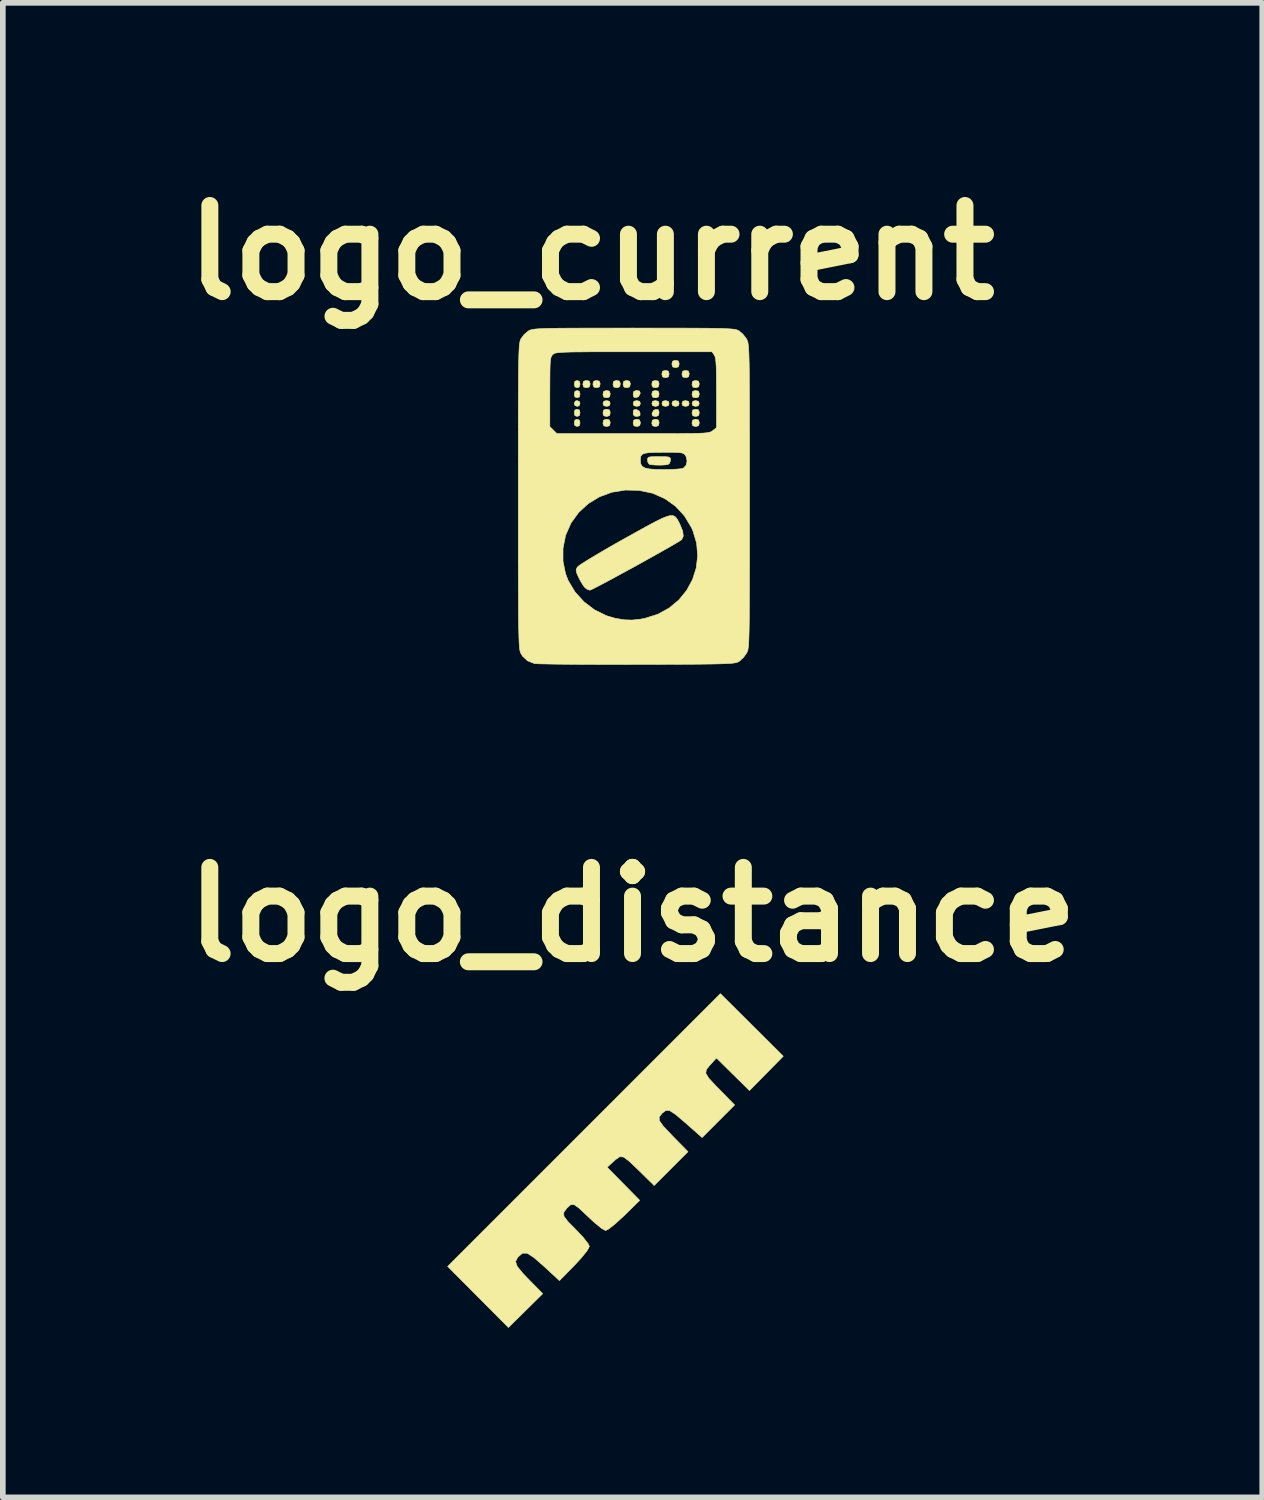
<source format=kicad_pcb>
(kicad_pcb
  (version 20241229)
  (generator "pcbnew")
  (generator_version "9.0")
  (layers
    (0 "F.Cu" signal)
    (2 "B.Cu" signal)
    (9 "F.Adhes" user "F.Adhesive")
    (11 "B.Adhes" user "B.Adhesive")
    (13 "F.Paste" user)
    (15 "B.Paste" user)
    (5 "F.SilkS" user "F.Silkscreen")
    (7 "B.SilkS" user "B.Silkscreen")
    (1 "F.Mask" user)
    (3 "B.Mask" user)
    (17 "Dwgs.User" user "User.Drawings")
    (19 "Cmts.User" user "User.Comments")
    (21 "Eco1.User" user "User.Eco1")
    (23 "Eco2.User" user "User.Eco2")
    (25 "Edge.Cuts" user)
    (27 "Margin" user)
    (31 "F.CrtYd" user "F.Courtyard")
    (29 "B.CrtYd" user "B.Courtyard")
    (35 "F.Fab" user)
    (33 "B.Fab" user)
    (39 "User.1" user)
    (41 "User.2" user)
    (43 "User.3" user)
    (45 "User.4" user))
  (footprint "logo_current"
    (layer "F.Cu")
    (at 8.172 5.736)
    (property "Reference" "logo_current" (at -0.762 -4.318 0) (layer "F.SilkS") (effects (font (size 1.524 1.524) (thickness 0.3))))
    (attr through_hole)
    (fp_poly (pts (xy -0.976 -2.043) (xy -0.965 -1.994) (xy -0.977 -1.944) (xy -1.016 -1.93) (xy -1.056 -1.945) (xy -1.067 -1.994) (xy -1.055 -2.044) (xy -1.016 -2.057) (xy -0.976 -2.043)) (stroke (width 0.01) (type solid)) (fill yes) (layer "F.SilkS"))
    (fp_poly (pts (xy -0.976 -1.865) (xy -0.965 -1.816) (xy -0.977 -1.766) (xy -1.016 -1.753) (xy -1.056 -1.767) (xy -1.067 -1.816) (xy -1.055 -1.866) (xy -1.016 -1.88) (xy -0.976 -1.865)) (stroke (width 0.01) (type solid)) (fill yes) (layer "F.SilkS"))
    (fp_poly (pts (xy -0.976 -1.535) (xy -0.965 -1.486) (xy -0.977 -1.436) (xy -1.016 -1.422) (xy -1.056 -1.437) (xy -1.067 -1.486) (xy -1.055 -1.536) (xy -1.016 -1.549) (xy -0.976 -1.535)) (stroke (width 0.01) (type solid)) (fill yes) (layer "F.SilkS"))
    (fp_poly (pts (xy -0.976 -1.357) (xy -0.965 -1.308) (xy -0.977 -1.258) (xy -1.016 -1.245) (xy -1.056 -1.259) (xy -1.067 -1.308) (xy -1.055 -1.358) (xy -1.016 -1.372) (xy -0.976 -1.357)) (stroke (width 0.01) (type solid)) (fill yes) (layer "F.SilkS"))
    (fp_poly (pts (xy -0.974 -1.684) (xy -0.965 -1.651) (xy -0.983 -1.609) (xy -1.016 -1.6) (xy -1.058 -1.618) (xy -1.067 -1.651) (xy -1.049 -1.693) (xy -1.016 -1.702) (xy -0.974 -1.684)) (stroke (width 0.01) (type solid)) (fill yes) (layer "F.SilkS"))
    (fp_poly (pts (xy -0.446 -1.69) (xy -0.432 -1.651) (xy -0.447 -1.611) (xy -0.495 -1.6) (xy -0.545 -1.612) (xy -0.559 -1.651) (xy -0.544 -1.691) (xy -0.495 -1.702) (xy -0.446 -1.69)) (stroke (width 0.01) (type solid)) (fill yes) (layer "F.SilkS"))
    (fp_poly (pts (xy 0.088 -1.69) (xy 0.102 -1.651) (xy 0.087 -1.611) (xy 0.038 -1.6) (xy -0.012 -1.612) (xy -0.025 -1.651) (xy -0.011 -1.691) (xy 0.038 -1.702) (xy 0.088 -1.69)) (stroke (width 0.01) (type solid)) (fill yes) (layer "F.SilkS"))
    (fp_poly (pts (xy 0.418 -1.69) (xy 0.432 -1.651) (xy 0.417 -1.611) (xy 0.368 -1.6) (xy 0.319 -1.612) (xy 0.305 -1.651) (xy 0.32 -1.691) (xy 0.368 -1.702) (xy 0.418 -1.69)) (stroke (width 0.01) (type solid)) (fill yes) (layer "F.SilkS"))
    (fp_poly (pts (xy 0.596 -1.69) (xy 0.61 -1.651) (xy 0.595 -1.611) (xy 0.546 -1.6) (xy 0.496 -1.612) (xy 0.483 -1.651) (xy 0.497 -1.691) (xy 0.546 -1.702) (xy 0.596 -1.69)) (stroke (width 0.01) (type solid)) (fill yes) (layer "F.SilkS"))
    (fp_poly (pts (xy 0.774 -1.69) (xy 0.787 -1.651) (xy 0.773 -1.611) (xy 0.724 -1.6) (xy 0.674 -1.612) (xy 0.66 -1.651) (xy 0.675 -1.691) (xy 0.724 -1.702) (xy 0.774 -1.69)) (stroke (width 0.01) (type solid)) (fill yes) (layer "F.SilkS"))
    (fp_poly (pts (xy 0.951 -1.69) (xy 0.965 -1.651) (xy 0.95 -1.611) (xy 0.902 -1.6) (xy 0.852 -1.612) (xy 0.838 -1.651) (xy 0.853 -1.691) (xy 0.902 -1.702) (xy 0.951 -1.69)) (stroke (width 0.01) (type solid)) (fill yes) (layer "F.SilkS"))
    (fp_poly (pts (xy 1.129 -1.69) (xy 1.143 -1.651) (xy 1.128 -1.611) (xy 1.079 -1.6) (xy 1.03 -1.612) (xy 1.016 -1.651) (xy 1.031 -1.691) (xy 1.079 -1.702) (xy 1.129 -1.69)) (stroke (width 0.01) (type solid)) (fill yes) (layer "F.SilkS"))
    (fp_poly (pts (xy 0.032 -1.545) (xy 0.083 -1.516) (xy 0.097 -1.48) (xy 0.094 -1.437) (xy 0.057 -1.423) (xy 0.04 -1.422) (xy -0.009 -1.432) (xy -0.025 -1.472) (xy -0.025 -1.488) (xy -0.017 -1.535) (xy 0.016 -1.546) (xy 0.032 -1.545)) (stroke (width 0.01) (type solid)) (fill yes) (layer "F.SilkS"))
    (fp_poly (pts (xy 0.087 -1.871) (xy 0.099 -1.838) (xy 0.097 -1.822) (xy 0.068 -1.771) (xy 0.032 -1.757) (xy -0.011 -1.761) (xy -0.025 -1.797) (xy -0.025 -1.814) (xy -0.016 -1.863) (xy 0.024 -1.879) (xy 0.04 -1.88) (xy 0.087 -1.871)) (stroke (width 0.01) (type solid)) (fill yes) (layer "F.SilkS"))
    (fp_poly (pts (xy 0.417 -1.541) (xy 0.431 -1.505) (xy 0.432 -1.488) (xy 0.422 -1.439) (xy 0.383 -1.423) (xy 0.367 -1.422) (xy 0.319 -1.431) (xy 0.308 -1.464) (xy 0.309 -1.48) (xy 0.338 -1.531) (xy 0.375 -1.545) (xy 0.417 -1.541)) (stroke (width 0.01) (type solid)) (fill yes) (layer "F.SilkS"))
    (fp_poly (pts (xy -0.803 -2.047) (xy -0.788 -2.006) (xy -0.787 -1.994) (xy -0.798 -1.946) (xy -0.839 -1.931) (xy -0.851 -1.93) (xy -0.899 -1.941) (xy -0.914 -1.982) (xy -0.914 -1.994) (xy -0.904 -2.042) (xy -0.863 -2.057) (xy -0.851 -2.057) (xy -0.803 -2.047)) (stroke (width 0.01) (type solid)) (fill yes) (layer "F.SilkS"))
    (fp_poly (pts (xy -0.625 -2.047) (xy -0.61 -2.006) (xy -0.61 -1.994) (xy -0.62 -1.946) (xy -0.661 -1.931) (xy -0.673 -1.93) (xy -0.721 -1.941) (xy -0.736 -1.982) (xy -0.737 -1.994) (xy -0.726 -2.042) (xy -0.685 -2.057) (xy -0.673 -2.057) (xy -0.625 -2.047)) (stroke (width 0.01) (type solid)) (fill yes) (layer "F.SilkS"))
    (fp_poly (pts (xy -0.447 -1.869) (xy -0.432 -1.828) (xy -0.432 -1.816) (xy -0.442 -1.768) (xy -0.484 -1.753) (xy -0.495 -1.753) (xy -0.544 -1.763) (xy -0.559 -1.804) (xy -0.559 -1.816) (xy -0.548 -1.864) (xy -0.507 -1.879) (xy -0.495 -1.88) (xy -0.447 -1.869)) (stroke (width 0.01) (type solid)) (fill yes) (layer "F.SilkS"))
    (fp_poly (pts (xy -0.447 -1.539) (xy -0.432 -1.498) (xy -0.432 -1.486) (xy -0.442 -1.438) (xy -0.484 -1.423) (xy -0.495 -1.422) (xy -0.544 -1.433) (xy -0.559 -1.474) (xy -0.559 -1.486) (xy -0.548 -1.534) (xy -0.507 -1.549) (xy -0.495 -1.549) (xy -0.447 -1.539)) (stroke (width 0.01) (type solid)) (fill yes) (layer "F.SilkS"))
    (fp_poly (pts (xy -0.447 -1.361) (xy -0.432 -1.32) (xy -0.432 -1.308) (xy -0.442 -1.26) (xy -0.484 -1.245) (xy -0.495 -1.245) (xy -0.544 -1.255) (xy -0.559 -1.296) (xy -0.559 -1.308) (xy -0.548 -1.356) (xy -0.507 -1.371) (xy -0.495 -1.372) (xy -0.447 -1.361)) (stroke (width 0.01) (type solid)) (fill yes) (layer "F.SilkS"))
    (fp_poly (pts (xy -0.269 -2.047) (xy -0.254 -2.006) (xy -0.254 -1.994) (xy -0.264 -1.946) (xy -0.306 -1.931) (xy -0.318 -1.93) (xy -0.366 -1.941) (xy -0.381 -1.982) (xy -0.381 -1.994) (xy -0.371 -2.042) (xy -0.329 -2.057) (xy -0.318 -2.057) (xy -0.269 -2.047)) (stroke (width 0.01) (type solid)) (fill yes) (layer "F.SilkS"))
    (fp_poly (pts (xy -0.091 -2.047) (xy -0.076 -2.006) (xy -0.076 -1.994) (xy -0.087 -1.946) (xy -0.128 -1.931) (xy -0.14 -1.93) (xy -0.188 -1.941) (xy -0.203 -1.982) (xy -0.203 -1.994) (xy -0.193 -2.042) (xy -0.151 -2.057) (xy -0.14 -2.057) (xy -0.091 -2.047)) (stroke (width 0.01) (type solid)) (fill yes) (layer "F.SilkS"))
    (fp_poly (pts (xy 0.086 -1.361) (xy 0.101 -1.32) (xy 0.102 -1.308) (xy 0.091 -1.26) (xy 0.05 -1.245) (xy 0.038 -1.245) (xy -0.01 -1.255) (xy -0.025 -1.296) (xy -0.025 -1.308) (xy -0.015 -1.356) (xy 0.026 -1.371) (xy 0.038 -1.372) (xy 0.086 -1.361)) (stroke (width 0.01) (type solid)) (fill yes) (layer "F.SilkS"))
    (fp_poly (pts (xy 0.417 -2.047) (xy 0.432 -2.006) (xy 0.432 -1.994) (xy 0.421 -1.946) (xy 0.38 -1.931) (xy 0.368 -1.93) (xy 0.32 -1.941) (xy 0.305 -1.982) (xy 0.305 -1.994) (xy 0.315 -2.042) (xy 0.357 -2.057) (xy 0.368 -2.057) (xy 0.417 -2.047)) (stroke (width 0.01) (type solid)) (fill yes) (layer "F.SilkS"))
    (fp_poly (pts (xy 0.417 -1.869) (xy 0.432 -1.828) (xy 0.432 -1.816) (xy 0.421 -1.768) (xy 0.38 -1.753) (xy 0.368 -1.753) (xy 0.32 -1.763) (xy 0.305 -1.804) (xy 0.305 -1.816) (xy 0.315 -1.864) (xy 0.357 -1.879) (xy 0.368 -1.88) (xy 0.417 -1.869)) (stroke (width 0.01) (type solid)) (fill yes) (layer "F.SilkS"))
    (fp_poly (pts (xy 0.417 -1.361) (xy 0.432 -1.32) (xy 0.432 -1.308) (xy 0.421 -1.26) (xy 0.38 -1.245) (xy 0.368 -1.245) (xy 0.32 -1.255) (xy 0.305 -1.296) (xy 0.305 -1.308) (xy 0.315 -1.356) (xy 0.357 -1.371) (xy 0.368 -1.372) (xy 0.417 -1.361)) (stroke (width 0.01) (type solid)) (fill yes) (layer "F.SilkS"))
    (fp_poly (pts (xy 0.594 -2.225) (xy 0.609 -2.183) (xy 0.61 -2.172) (xy 0.599 -2.123) (xy 0.558 -2.108) (xy 0.546 -2.108) (xy 0.498 -2.119) (xy 0.483 -2.16) (xy 0.483 -2.172) (xy 0.493 -2.22) (xy 0.534 -2.235) (xy 0.546 -2.235) (xy 0.594 -2.225)) (stroke (width 0.01) (type solid)) (fill yes) (layer "F.SilkS"))
    (fp_poly (pts (xy 0.772 -2.403) (xy 0.787 -2.361) (xy 0.787 -2.349) (xy 0.777 -2.301) (xy 0.736 -2.286) (xy 0.724 -2.286) (xy 0.676 -2.296) (xy 0.661 -2.338) (xy 0.66 -2.349) (xy 0.671 -2.398) (xy 0.712 -2.413) (xy 0.724 -2.413) (xy 0.772 -2.403)) (stroke (width 0.01) (type solid)) (fill yes) (layer "F.SilkS"))
    (fp_poly (pts (xy 0.95 -2.225) (xy 0.965 -2.183) (xy 0.965 -2.172) (xy 0.955 -2.123) (xy 0.913 -2.108) (xy 0.902 -2.108) (xy 0.853 -2.119) (xy 0.838 -2.16) (xy 0.838 -2.172) (xy 0.849 -2.22) (xy 0.89 -2.235) (xy 0.902 -2.235) (xy 0.95 -2.225)) (stroke (width 0.01) (type solid)) (fill yes) (layer "F.SilkS"))
    (fp_poly (pts (xy 1.128 -2.047) (xy 1.143 -2.006) (xy 1.143 -1.994) (xy 1.133 -1.946) (xy 1.091 -1.931) (xy 1.079 -1.93) (xy 1.031 -1.941) (xy 1.016 -1.982) (xy 1.016 -1.994) (xy 1.026 -2.042) (xy 1.068 -2.057) (xy 1.079 -2.057) (xy 1.128 -2.047)) (stroke (width 0.01) (type solid)) (fill yes) (layer "F.SilkS"))
    (fp_poly (pts (xy 1.128 -1.869) (xy 1.143 -1.828) (xy 1.143 -1.816) (xy 1.133 -1.768) (xy 1.091 -1.753) (xy 1.079 -1.753) (xy 1.031 -1.763) (xy 1.016 -1.804) (xy 1.016 -1.816) (xy 1.026 -1.864) (xy 1.068 -1.879) (xy 1.079 -1.88) (xy 1.128 -1.869)) (stroke (width 0.01) (type solid)) (fill yes) (layer "F.SilkS"))
    (fp_poly (pts (xy 1.128 -1.539) (xy 1.143 -1.498) (xy 1.143 -1.486) (xy 1.133 -1.438) (xy 1.091 -1.423) (xy 1.079 -1.422) (xy 1.031 -1.433) (xy 1.016 -1.474) (xy 1.016 -1.486) (xy 1.026 -1.534) (xy 1.068 -1.549) (xy 1.079 -1.549) (xy 1.128 -1.539)) (stroke (width 0.01) (type solid)) (fill yes) (layer "F.SilkS"))
    (fp_poly (pts (xy 1.128 -1.361) (xy 1.143 -1.32) (xy 1.143 -1.308) (xy 1.133 -1.26) (xy 1.091 -1.245) (xy 1.079 -1.245) (xy 1.031 -1.255) (xy 1.016 -1.296) (xy 1.016 -1.308) (xy 1.026 -1.356) (xy 1.068 -1.371) (xy 1.079 -1.372) (xy 1.128 -1.361)) (stroke (width 0.01) (type solid)) (fill yes) (layer "F.SilkS"))
    (fp_poly (pts (xy 0.533 -0.71) (xy 0.593 -0.706) (xy 0.623 -0.695) (xy 0.634 -0.674) (xy 0.635 -0.65) (xy 0.62 -0.597) (xy 0.595 -0.574) (xy 0.544 -0.565) (xy 0.463 -0.561) (xy 0.375 -0.562) (xy 0.298 -0.568) (xy 0.26 -0.576) (xy 0.236 -0.608) (xy 0.229 -0.65) (xy 0.231 -0.68) (xy 0.245 -0.699) (xy 0.281 -0.708) (xy 0.35 -0.711) (xy 0.432 -0.711) (xy 0.533 -0.71)) (stroke (width 0.01) (type solid)) (fill yes) (layer "F.SilkS"))
    (fp_poly (pts (xy 0.711 0.346) (xy 0.74 0.375) (xy 0.767 0.418) (xy 0.795 0.472) (xy 0.799 0.481) (xy 0.85 0.604) (xy 0.861 0.696) (xy 0.833 0.756) (xy 0.829 0.759) (xy 0.792 0.784) (xy 0.717 0.829) (xy 0.612 0.89) (xy 0.483 0.963) (xy 0.335 1.046) (xy 0.176 1.135) (xy 0.01 1.227) (xy -0.155 1.317) (xy -0.314 1.403) (xy -0.459 1.482) (xy -0.586 1.549) (xy -0.688 1.602) (xy -0.758 1.637) (xy -0.791 1.651) (xy -0.792 1.651) (xy -0.842 1.633) (xy -0.884 1.6) (xy -0.922 1.547) (xy -0.967 1.47) (xy -0.99 1.423) (xy -1.023 1.349) (xy -1.034 1.302) (xy -1.026 1.266) (xy -1.01 1.24) (xy -0.979 1.214) (xy -0.909 1.167) (xy -0.804 1.102) (xy -0.671 1.022) (xy -0.515 0.93) (xy -0.341 0.83) (xy -0.184 0.742) (xy 0.035 0.62) (xy 0.214 0.521) (xy 0.358 0.444) (xy 0.472 0.387) (xy 0.559 0.351) (xy 0.625 0.332) (xy 0.674 0.331) (xy 0.711 0.346)) (stroke (width 0.01) (type solid)) (fill yes) (layer "F.SilkS"))
    (fp_poly (pts (xy 0.331 -2.984) (xy 0.628 -2.984) (xy 0.882 -2.984) (xy 1.095 -2.983) (xy 1.273 -2.982) (xy 1.418 -2.98) (xy 1.534 -2.978) (xy 1.625 -2.974) (xy 1.694 -2.97) (xy 1.746 -2.965) (xy 1.783 -2.96) (xy 1.81 -2.952) (xy 1.831 -2.944) (xy 1.845 -2.936) (xy 1.911 -2.881) (xy 1.97 -2.807) (xy 1.979 -2.793) (xy 1.987 -2.777) (xy 1.995 -2.76) (xy 2.001 -2.739) (xy 2.007 -2.711) (xy 2.012 -2.672) (xy 2.016 -2.621) (xy 2.02 -2.553) (xy 2.023 -2.466) (xy 2.026 -2.358) (xy 2.028 -2.224) (xy 2.029 -2.063) (xy 2.03 -1.871) (xy 2.031 -1.645) (xy 2.031 -1.382) (xy 2.032 -1.079) (xy 2.032 -0.734) (xy 2.032 -0.344) (xy 2.032 -0.013) (xy 2.032 0.415) (xy 2.032 0.794) (xy 2.032 1.129) (xy 2.031 1.422) (xy 2.031 1.676) (xy 2.03 1.894) (xy 2.029 2.078) (xy 2.027 2.233) (xy 2.025 2.36) (xy 2.022 2.463) (xy 2.019 2.545) (xy 2.016 2.609) (xy 2.011 2.657) (xy 2.006 2.693) (xy 2 2.719) (xy 1.993 2.739) (xy 1.985 2.756) (xy 1.979 2.767) (xy 1.924 2.841) (xy 1.858 2.902) (xy 1.845 2.911) (xy 1.828 2.92) (xy 1.807 2.928) (xy 1.778 2.935) (xy 1.737 2.941) (xy 1.682 2.946) (xy 1.608 2.95) (xy 1.512 2.953) (xy 1.39 2.956) (xy 1.237 2.958) (xy 1.052 2.96) (xy 0.828 2.961) (xy 0.564 2.962) (xy 0.255 2.963) (xy 0.038 2.963) (xy -0.256 2.964) (xy -0.536 2.964) (xy -0.799 2.963) (xy -1.039 2.962) (xy -1.253 2.96) (xy -1.437 2.958) (xy -1.584 2.955) (xy -1.692 2.953) (xy -1.756 2.949) (xy -1.771 2.948) (xy -1.896 2.898) (xy -1.983 2.815) (xy -2.016 2.76) (xy -2.022 2.743) (xy -2.028 2.719) (xy -2.033 2.685) (xy -2.038 2.638) (xy -2.042 2.575) (xy -2.045 2.495) (xy -2.048 2.392) (xy -2.051 2.266) (xy -2.053 2.112) (xy -2.054 1.928) (xy -2.055 1.711) (xy -2.056 1.458) (xy -2.057 1.166) (xy -2.057 0.912) (xy -1.266 0.912) (xy -1.266 1.139) (xy -1.222 1.357) (xy -1.174 1.481) (xy -1.054 1.681) (xy -0.896 1.856) (xy -0.709 1.998) (xy -0.5 2.101) (xy -0.349 2.146) (xy -0.188 2.174) (xy -0.045 2.179) (xy 0.104 2.163) (xy 0.185 2.147) (xy 0.411 2.076) (xy 0.611 1.966) (xy 0.782 1.824) (xy 0.921 1.654) (xy 1.024 1.464) (xy 1.09 1.258) (xy 1.115 1.041) (xy 1.097 0.82) (xy 1.031 0.601) (xy 1.006 0.544) (xy 0.881 0.336) (xy 0.722 0.164) (xy 0.532 0.03) (xy 0.318 -0.064) (xy 0.081 -0.114) (xy -0.165 -0.12) (xy -0.403 -0.081) (xy -0.624 0.000459) (xy -0.821 0.121) (xy -0.989 0.276) (xy -1.123 0.46) (xy -1.216 0.671) (xy -1.222 0.688) (xy -1.266 0.912) (xy -2.057 0.912) (xy -2.057 0.833) (xy -2.057 0.455) (xy -2.057 0.029) (xy -2.057 -0.017) (xy -2.057 -0.445) (xy -2.057 -0.644) (xy 0.102 -0.644) (xy 0.108 -0.583) (xy 0.134 -0.539) (xy 0.184 -0.51) (xy 0.266 -0.493) (xy 0.386 -0.484) (xy 0.515 -0.483) (xy 0.638 -0.485) (xy 0.745 -0.49) (xy 0.824 -0.498) (xy 0.862 -0.507) (xy 0.911 -0.559) (xy 0.928 -0.634) (xy 0.911 -0.711) (xy 0.902 -0.727) (xy 0.884 -0.751) (xy 0.862 -0.768) (xy 0.827 -0.778) (xy 0.769 -0.784) (xy 0.681 -0.787) (xy 0.553 -0.787) (xy 0.512 -0.787) (xy 0.359 -0.786) (xy 0.25 -0.781) (xy 0.176 -0.77) (xy 0.132 -0.75) (xy 0.11 -0.719) (xy 0.102 -0.673) (xy 0.102 -0.644) (xy -2.057 -0.644) (xy -2.057 -0.826) (xy -2.057 -1.162) (xy -2.057 -1.456) (xy -2.056 -1.71) (xy -2.055 -1.853) (xy -1.499 -1.853) (xy -1.499 -1.242) (xy -1.436 -1.18) (xy -1.374 -1.118) (xy -0.03 -1.118) (xy 0.266 -1.118) (xy 0.514 -1.118) (xy 0.721 -1.118) (xy 0.89 -1.12) (xy 1.024 -1.121) (xy 1.129 -1.124) (xy 1.209 -1.127) (xy 1.268 -1.132) (xy 1.309 -1.138) (xy 1.338 -1.146) (xy 1.359 -1.155) (xy 1.375 -1.166) (xy 1.381 -1.17) (xy 1.448 -1.223) (xy 1.448 -1.838) (xy 1.447 -2.036) (xy 1.446 -2.19) (xy 1.443 -2.306) (xy 1.437 -2.39) (xy 1.43 -2.448) (xy 1.42 -2.486) (xy 1.408 -2.509) (xy 1.369 -2.565) (xy -0.014 -2.565) (xy -0.314 -2.565) (xy -0.568 -2.565) (xy -0.779 -2.565) (xy -0.951 -2.563) (xy -1.089 -2.562) (xy -1.197 -2.559) (xy -1.279 -2.556) (xy -1.339 -2.551) (xy -1.381 -2.546) (xy -1.41 -2.539) (xy -1.429 -2.53) (xy -1.442 -2.52) (xy -1.448 -2.515) (xy -1.464 -2.496) (xy -1.476 -2.472) (xy -1.485 -2.436) (xy -1.491 -2.382) (xy -1.495 -2.303) (xy -1.497 -2.192) (xy -1.498 -2.043) (xy -1.499 -1.853) (xy -2.055 -1.853) (xy -2.055 -1.929) (xy -2.054 -2.115) (xy -2.052 -2.27) (xy -2.05 -2.398) (xy -2.047 -2.502) (xy -2.044 -2.584) (xy -2.04 -2.648) (xy -2.036 -2.696) (xy -2.03 -2.732) (xy -2.025 -2.759) (xy -2.018 -2.778) (xy -2.01 -2.794) (xy -2.01 -2.794) (xy -1.955 -2.869) (xy -1.883 -2.93) (xy -1.877 -2.934) (xy -1.859 -2.944) (xy -1.838 -2.952) (xy -1.812 -2.959) (xy -1.775 -2.965) (xy -1.725 -2.97) (xy -1.657 -2.974) (xy -1.568 -2.978) (xy -1.455 -2.98) (xy -1.313 -2.982) (xy -1.14 -2.983) (xy -0.93 -2.984) (xy -0.682 -2.984) (xy -0.39 -2.984) (xy -0.051 -2.985) (xy -0.013 -2.985) (xy 0.331 -2.984)) (stroke (width 0.01) (type solid)) (fill yes) (layer "F.SilkS")))
  (footprint "logo_distance"
    (layer "F.Cu")
    (at 8.135 17.441)
    (property "Reference" "logo_distance" (at 0 -4.318 0) (layer "F.SilkS") (effects (font (size 1.524 1.524) (thickness 0.3))))
    (attr through_hole)
    (fp_poly (pts (xy 2.11 -2.367) (xy 2.666 -1.813) (xy 2.068 -1.206) (xy 1.776 -1.494) (xy 1.484 -1.782) (xy 1.365 -1.651) (xy 1.305 -1.576) (xy 1.296 -1.51) (xy 1.349 -1.424) (xy 1.476 -1.287) (xy 1.527 -1.236) (xy 1.806 -0.951) (xy 1.231 -0.375) (xy 0.929 -0.641) (xy 0.761 -0.784) (xy 0.658 -0.851) (xy 0.588 -0.854) (xy 0.524 -0.805) (xy 0.522 -0.803) (xy 0.472 -0.739) (xy 0.476 -0.672) (xy 0.545 -0.575) (xy 0.694 -0.418) (xy 0.699 -0.412) (xy 0.981 -0.125) (xy 0.383 0.473) (xy 0.098 0.193) (xy -0.059 0.043) (xy -0.156 -0.03) (xy -0.224 -0.037) (xy -0.294 0.011) (xy -0.318 0.032) (xy -0.449 0.15) (xy 0.127 0.735) (xy -0.145 1.003) (xy -0.299 1.145) (xy -0.422 1.242) (xy -0.476 1.27) (xy -0.55 1.229) (xy -0.68 1.122) (xy -0.796 1.014) (xy -0.945 0.873) (xy -1.035 0.81) (xy -1.098 0.815) (xy -1.162 0.875) (xy -1.216 0.948) (xy -1.213 1.017) (xy -1.141 1.112) (xy -1.015 1.239) (xy -0.875 1.386) (xy -0.784 1.503) (xy -0.762 1.55) (xy -0.803 1.627) (xy -0.911 1.76) (xy -1.027 1.885) (xy -1.292 2.155) (xy -1.565 1.903) (xy -1.744 1.746) (xy -1.862 1.671) (xy -1.945 1.669) (xy -2.02 1.733) (xy -2.034 1.749) (xy -2.068 1.818) (xy -2.04 1.902) (xy -1.937 2.028) (xy -1.852 2.117) (xy -1.588 2.386) (xy -1.891 2.685) (xy -2.194 2.984) (xy -2.731 2.444) (xy -3.269 1.904) (xy -0.857 -0.508) (xy 1.554 -2.92) (xy 2.11 -2.367)) (stroke (width 0.01) (type solid)) (fill yes) (layer "F.SilkS")))
  (gr_rect
    (start -3 -3)
    (end 19.271 23.429)
    (stroke (width 0.1) (type default))
    (fill no)
    (layer "Edge.Cuts")))
</source>
